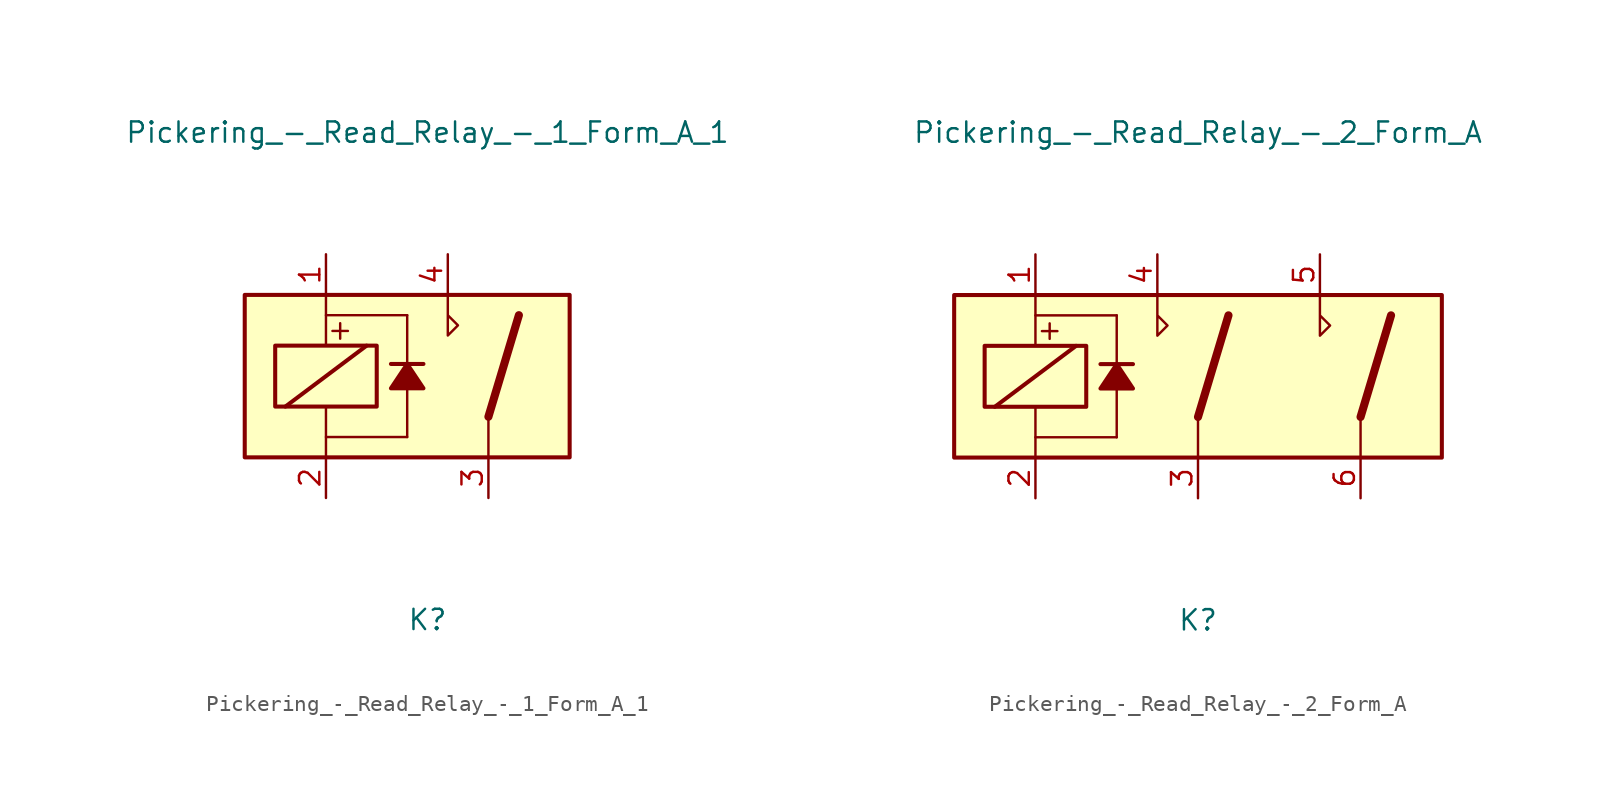
<source format=kicad_sym>
(kicad_symbol_lib
  (version 20211014)
  (generator kicad_symbol_editor)
  (symbol "Pickering_-_Read_Relay_-_1_Form_A_1"
    (property "Reference" "K"
      (at 0 -15.24 0)
      (effects (font (size 1.27 1.27))))
    (property "Value" "Pickering_-_Read_Relay_-_1_Form_A_1"
      (at 0 15.24 0)
      (effects (font (size 1.27 1.27))))
    (symbol "Pickering_-_Read_Relay_-_1_Form_A_1_0_0"
      (text "+" (at -5.461 2.921 0) (effects (font (size 1.27 1.27)))))
    (symbol "Pickering_-_Read_Relay_-_1_Form_A_1_0_1"
      (rectangle (start -11.43 5.08) (end 8.89 -5.08) (stroke (width 0.254) (type default) (color 0 0 0 0)) (fill (type background)))
      (rectangle (start -9.525 1.905) (end -3.175 -1.905) (stroke (width 0.254) (type default) (color 0 0 0 0)) (fill (type none)))
      (polyline (pts (xy -8.89 -1.905) (xy -3.81 1.905)) (stroke (width 0.254) (type default) (color 0 0 0 0)) (fill (type none)))
      (polyline (pts (xy -6.35 -5.08) (xy -6.35 -1.905)) (stroke (width 0) (type default) (color 0 0 0 0)) (fill (type none)))
      (polyline (pts (xy -6.35 5.08) (xy -6.35 1.905)) (stroke (width 0) (type default) (color 0 0 0 0)) (fill (type none)))
      (polyline (pts (xy -2.286 0.762) (xy -0.254 0.762)) (stroke (width 0.254) (type default) (color 0 0 0 0)) (fill (type none)))
      (polyline (pts (xy -1.27 -3.81) (xy -6.35 -3.81)) (stroke (width 0) (type default) (color 0 0 0 0)) (fill (type none)))
      (polyline (pts (xy -1.27 3.81) (xy -6.35 3.81)) (stroke (width 0) (type default) (color 0 0 0 0)) (fill (type none)))
      (polyline (pts (xy -1.27 3.81) (xy -1.27 -3.81)) (stroke (width 0) (type default) (color 0 0 0 0)) (fill (type none)))
      (polyline (pts (xy 3.81 -2.54) (xy 3.81 -5.08)) (stroke (width 0) (type default) (color 0 0 0 0)) (fill (type none)))
      (polyline (pts (xy 3.81 -2.54) (xy 5.715 3.81)) (stroke (width 0.508) (type default) (color 0 0 0 0)) (fill (type none)))
      (polyline (pts (xy -2.286 -0.762) (xy -1.27 0.762) (xy -0.254 -0.762) (xy -2.286 -0.762)) (stroke (width 0.254) (type default) (color 0 0 0 0)) (fill (type outline)))
      (polyline (pts (xy 1.27 5.08) (xy 1.27 2.54) (xy 1.905 3.175) (xy 1.27 3.81)) (stroke (width 0) (type default) (color 0 0 0 0)) (fill (type none))))
    (symbol "Pickering_-_Read_Relay_-_1_Form_A_1_1_1"
      (pin passive line (at -6.35 7.62 270) (length 2.54) (name "~" (effects (font (size 1.27 1.27)))) (number "1" (effects (font (size 1.27 1.27)))))
      (pin passive line (at -6.35 -7.62 90) (length 2.54) (name "~" (effects (font (size 1.27 1.27)))) (number "2" (effects (font (size 1.27 1.27)))))
      (pin passive line (at 3.81 -7.62 90) (length 2.54) (name "~" (effects (font (size 1.27 1.27)))) (number "3" (effects (font (size 1.27 1.27)))))
      (pin passive line (at 1.27 7.62 270) (length 2.54) (name "~" (effects (font (size 1.27 1.27)))) (number "4" (effects (font (size 1.27 1.27)))))))
  (symbol "Pickering_-_Read_Relay_-_2_Form_A"
    (property "Reference" "K"
      (at 0 -15.24 0)
      (effects (font (size 1.27 1.27))))
    (property "Value" "Pickering_-_Read_Relay_-_2_Form_A"
      (at 0 15.24 0)
      (effects (font (size 1.27 1.27))))
    (symbol "Pickering_-_Read_Relay_-_2_Form_A_0_0"
      (text "+" (at -9.271 2.921 0) (effects (font (size 1.27 1.27)))))
    (symbol "Pickering_-_Read_Relay_-_2_Form_A_0_1"
      (rectangle (start -15.24 5.08) (end 15.24 -5.08) (stroke (width 0.254) (type default) (color 0 0 0 0)) (fill (type background)))
      (rectangle (start -13.335 1.905) (end -6.985 -1.905) (stroke (width 0.254) (type default) (color 0 0 0 0)) (fill (type none)))
      (polyline (pts (xy -12.7 -1.905) (xy -7.62 1.905)) (stroke (width 0.254) (type default) (color 0 0 0 0)) (fill (type none)))
      (polyline (pts (xy -10.16 -5.08) (xy -10.16 -1.905)) (stroke (width 0) (type default) (color 0 0 0 0)) (fill (type none)))
      (polyline (pts (xy -10.16 5.08) (xy -10.16 1.905)) (stroke (width 0) (type default) (color 0 0 0 0)) (fill (type none)))
      (polyline (pts (xy -6.096 0.762) (xy -4.064 0.762)) (stroke (width 0.254) (type default) (color 0 0 0 0)) (fill (type none)))
      (polyline (pts (xy -5.08 -3.81) (xy -10.16 -3.81)) (stroke (width 0) (type default) (color 0 0 0 0)) (fill (type none)))
      (polyline (pts (xy -5.08 3.81) (xy -10.16 3.81)) (stroke (width 0) (type default) (color 0 0 0 0)) (fill (type none)))
      (polyline (pts (xy -5.08 3.81) (xy -5.08 -3.81)) (stroke (width 0) (type default) (color 0 0 0 0)) (fill (type none)))
      (polyline (pts (xy 0 -2.54) (xy 0 -5.08)) (stroke (width 0) (type default) (color 0 0 0 0)) (fill (type none)))
      (polyline (pts (xy 0 -2.54) (xy 1.905 3.81)) (stroke (width 0.508) (type default) (color 0 0 0 0)) (fill (type none)))
      (polyline (pts (xy 10.16 -2.54) (xy 10.16 -5.08)) (stroke (width 0) (type default) (color 0 0 0 0)) (fill (type none)))
      (polyline (pts (xy 10.16 -2.54) (xy 12.065 3.81)) (stroke (width 0.508) (type default) (color 0 0 0 0)) (fill (type none)))
      (polyline (pts (xy -6.096 -0.762) (xy -5.08 0.762) (xy -4.064 -0.762) (xy -6.096 -0.762)) (stroke (width 0.254) (type default) (color 0 0 0 0)) (fill (type outline)))
      (polyline (pts (xy -2.54 5.08) (xy -2.54 2.54) (xy -1.905 3.175) (xy -2.54 3.81)) (stroke (width 0) (type default) (color 0 0 0 0)) (fill (type none)))
      (polyline (pts (xy 7.62 5.08) (xy 7.62 2.54) (xy 8.255 3.175) (xy 7.62 3.81)) (stroke (width 0) (type default) (color 0 0 0 0)) (fill (type none))))
    (symbol "Pickering_-_Read_Relay_-_2_Form_A_1_1"
      (pin passive line (at -10.16 7.62 270) (length 2.54) (name "~" (effects (font (size 1.27 1.27)))) (number "1" (effects (font (size 1.27 1.27)))))
      (pin passive line (at -10.16 -7.62 90) (length 2.54) (name "~" (effects (font (size 1.27 1.27)))) (number "2" (effects (font (size 1.27 1.27)))))
      (pin passive line (at 0 -7.62 90) (length 2.54) (name "~" (effects (font (size 1.27 1.27)))) (number "3" (effects (font (size 1.27 1.27)))))
      (pin passive line (at -2.54 7.62 270) (length 2.54) (name "~" (effects (font (size 1.27 1.27)))) (number "4" (effects (font (size 1.27 1.27)))))
      (pin passive line (at 7.62 7.62 270) (length 2.54) (name "~" (effects (font (size 1.27 1.27)))) (number "5" (effects (font (size 1.27 1.27)))))
      (pin passive line (at 10.16 -7.62 90) (length 2.54) (name "" (effects (font (size 1.27 1.27)))) (number "6" (effects (font (size 1.27 1.27))))))))
</source>
